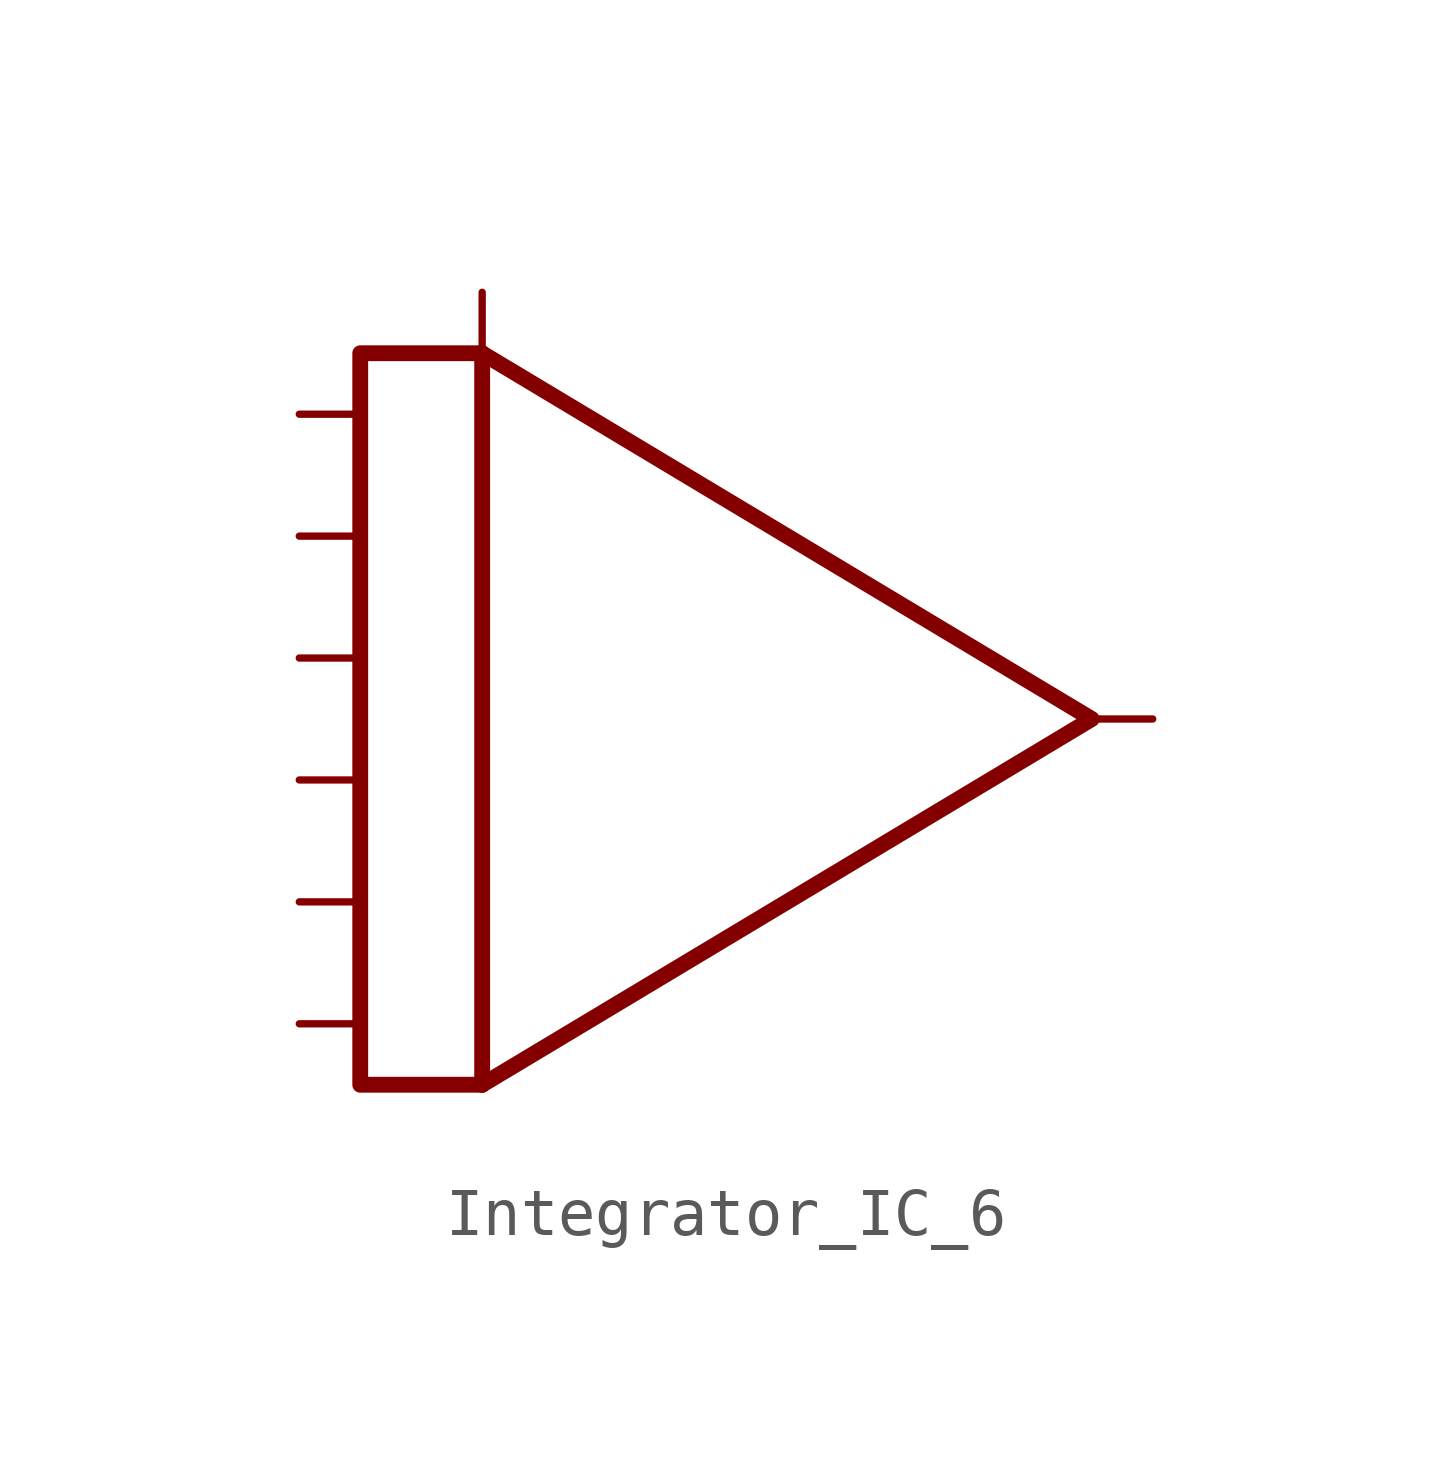
<source format=kicad_sym>
(kicad_symbol_lib
  (version 20211014)
  (generator kicad_symbol_editor)
  (symbol "Integrator_IC_6"
    (property "Reference" "U"
      (at 5.08 15.24 0)
      (effects (font (size 1.27 1.27)) hide))
    (symbol "Integrator_IC_6_0_0"
      (polyline (pts (xy -6.35 7.62) (xy -8.89 7.62) (xy -8.89 -7.62) (xy -6.35 -7.62)) (stroke (width 0.33) (type default) (color 0 0 0 0)) (fill (type none))))
    (symbol "Integrator_IC_6_0_1"
      (polyline (pts (xy -6.35 -7.62) (xy -6.35 7.62)) (stroke (width 0.33) (type default) (color 0 0 0 0)) (fill (type none)))
      (polyline (pts (xy -6.35 7.62) (xy 6.35 0) (xy -6.35 -7.62)) (stroke (width 0.33) (type default) (color 0 0 0 0)) (fill (type none))))
    (symbol "Integrator_IC_6_1_1"
      (pin input line (at -10.16 -6.35 0) (length 1.27) (name "" (effects (font (size 1.27 1.27)))) (number "" (effects (font (size 1.27 1.27)))))
      (pin input line (at -10.16 -3.81 0) (length 1.27) (name "" (effects (font (size 1.27 1.27)))) (number "" (effects (font (size 1.27 1.27)))))
      (pin input line (at -10.16 -1.27 0) (length 1.27) (name "" (effects (font (size 1.27 1.27)))) (number "" (effects (font (size 1.27 1.27)))))
      (pin input line (at -10.16 1.27 0) (length 1.27) (name "" (effects (font (size 1.27 1.27)))) (number "" (effects (font (size 1.27 1.27)))))
      (pin input line (at -10.16 3.81 0) (length 1.27) (name "" (effects (font (size 1.27 1.27)))) (number "" (effects (font (size 1.27 1.27)))))
      (pin input line (at -10.16 6.35 0) (length 1.27) (name "" (effects (font (size 1.27 1.27)))) (number "" (effects (font (size 1.27 1.27)))))
      (pin input line (at -6.35 8.89 270) (length 1.27) (name "" (effects (font (size 1.27 1.27)))) (number "" (effects (font (size 1.27 1.27)))))
      (pin output line (at 7.62 0 180) (length 1.27) (name "" (effects (font (size 1.27 1.27)))) (number "" (effects (font (size 1.27 1.27))))))))
</source>
